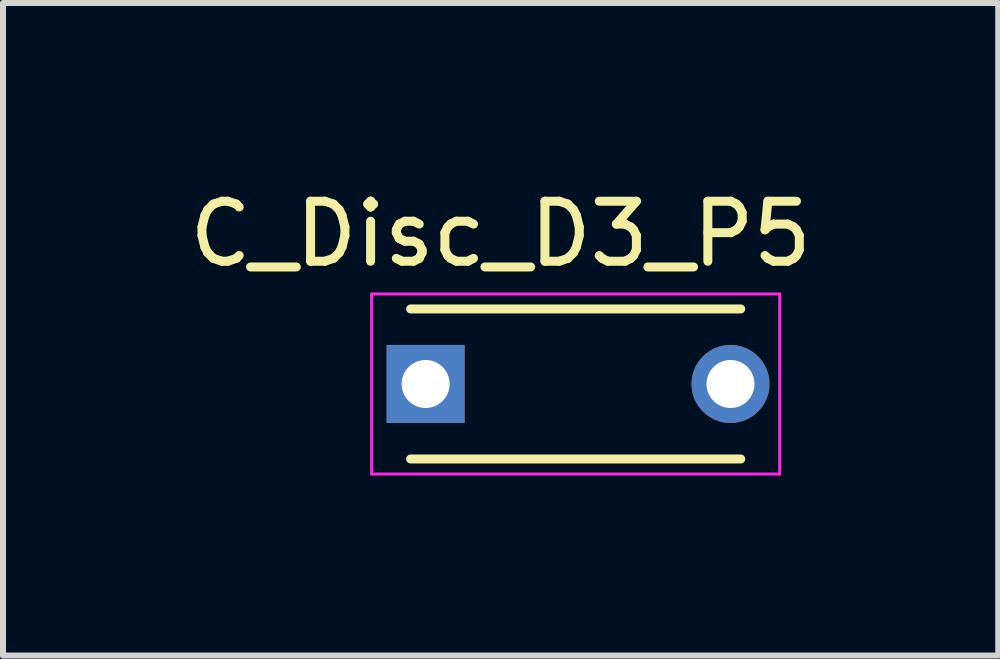
<source format=kicad_pcb>
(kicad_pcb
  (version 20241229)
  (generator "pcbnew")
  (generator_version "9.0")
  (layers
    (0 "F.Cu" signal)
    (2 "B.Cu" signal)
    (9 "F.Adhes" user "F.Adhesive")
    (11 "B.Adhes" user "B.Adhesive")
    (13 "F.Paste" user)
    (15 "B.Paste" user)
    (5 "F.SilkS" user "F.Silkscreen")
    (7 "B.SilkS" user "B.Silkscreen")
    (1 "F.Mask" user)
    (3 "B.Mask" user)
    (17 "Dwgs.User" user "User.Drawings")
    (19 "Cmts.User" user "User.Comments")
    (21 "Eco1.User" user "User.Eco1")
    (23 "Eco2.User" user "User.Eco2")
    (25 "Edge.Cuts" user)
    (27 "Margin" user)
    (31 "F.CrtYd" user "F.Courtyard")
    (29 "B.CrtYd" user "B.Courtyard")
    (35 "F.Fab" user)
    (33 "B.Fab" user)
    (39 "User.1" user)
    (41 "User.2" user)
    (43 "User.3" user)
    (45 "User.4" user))
  (footprint "C_Disc_D3_P5"
    (layer "F.Cu")
    (at 4.042 3.348)
    (property "Reference" "C_Disc_D3_P5" (at 1.25 -2.5 0) (layer "F.SilkS") (effects (font (size 1 1) (thickness 0.15))))
    (attr through_hole)
    (fp_line (start -0.25 -1.25) (end 5.25 -1.25) (stroke (width 0.15) (type solid)) (layer "F.SilkS"))
    (fp_line (start 5.25 1.25) (end -0.25 1.25) (stroke (width 0.15) (type solid)) (layer "F.SilkS"))
    (fp_line (start -0.9 -1.5) (end 5.9 -1.5) (stroke (width 0.05) (type solid)) (layer "F.CrtYd"))
    (fp_line (start -0.9 1.5) (end -0.9 -1.5) (stroke (width 0.05) (type solid)) (layer "F.CrtYd"))
    (fp_line (start 5.9 -1.5) (end 5.9 1.5) (stroke (width 0.05) (type solid)) (layer "F.CrtYd"))
    (fp_line (start 5.9 1.5) (end -0.9 1.5) (stroke (width 0.05) (type solid)) (layer "F.CrtYd"))
    (pad "1" thru_hole rect (at 0 0) (size 1.3 1.3) (drill 0.8) (layers "*.Cu" "*.Mask"))
    (pad "2" thru_hole circle (at 5.08 0) (size 1.3 1.3) (drill 0.8) (layers "*.Cu" "*.Mask")))
  (gr_rect
    (start -3 -3)
    (end 13.583 7.873)
    (stroke (width 0.1) (type default))
    (fill no)
    (layer "Edge.Cuts")))
</source>
